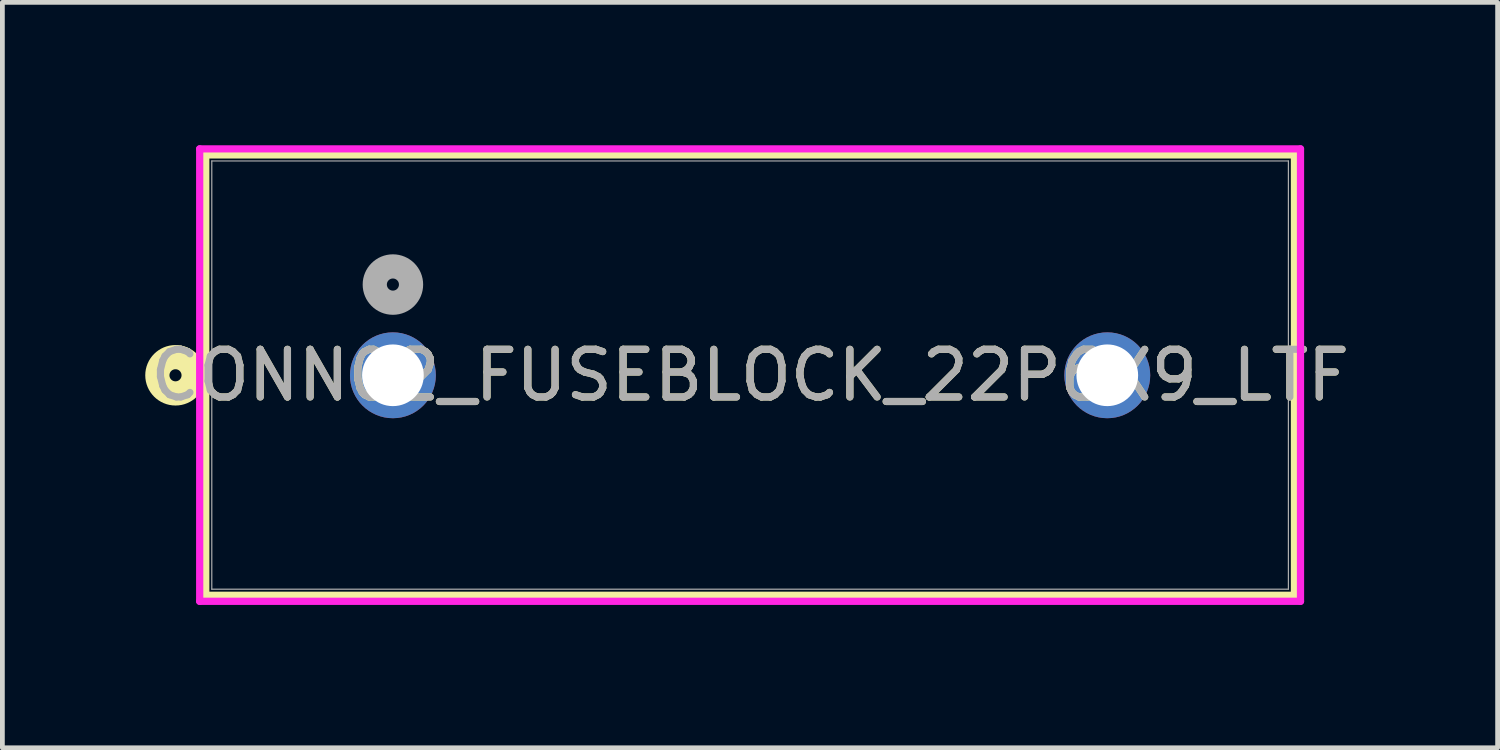
<source format=kicad_pcb>
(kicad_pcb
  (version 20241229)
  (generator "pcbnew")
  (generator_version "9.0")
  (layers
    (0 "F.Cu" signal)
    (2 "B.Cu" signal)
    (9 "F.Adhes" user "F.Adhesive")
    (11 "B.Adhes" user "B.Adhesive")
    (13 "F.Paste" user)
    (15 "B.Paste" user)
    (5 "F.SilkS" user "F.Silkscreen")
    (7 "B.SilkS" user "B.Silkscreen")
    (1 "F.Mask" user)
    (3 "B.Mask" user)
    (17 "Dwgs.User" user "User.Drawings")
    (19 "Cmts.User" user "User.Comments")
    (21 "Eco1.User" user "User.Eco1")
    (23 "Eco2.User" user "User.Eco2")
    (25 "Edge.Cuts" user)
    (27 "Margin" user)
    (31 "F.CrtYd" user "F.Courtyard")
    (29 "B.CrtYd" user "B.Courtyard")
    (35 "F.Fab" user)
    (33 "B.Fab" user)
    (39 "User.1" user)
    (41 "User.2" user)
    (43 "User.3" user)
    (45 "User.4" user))
  (footprint "CONN02_FUSEBLOCK_22P6X9_LTF"
    (layer "F.Cu")
    (at 5.2 4.83)
    (property "Reference" "CONN02_FUSEBLOCK_22P6X9_LTF" (at 7.5 0 0) (unlocked yes) (layer "F.SilkS") (effects (font (size 1 1) (thickness 0.15))))
    (attr through_hole)
    (fp_line (start -3.93 -4.627) (end -3.93 4.619) (stroke (width 0.152) (type solid)) (layer "F.SilkS"))
    (fp_line (start -3.93 4.619) (end 18.93 4.619) (stroke (width 0.152) (type solid)) (layer "F.SilkS"))
    (fp_line (start 18.93 -4.627) (end -3.93 -4.627) (stroke (width 0.152) (type solid)) (layer "F.SilkS"))
    (fp_line (start 18.93 4.619) (end 18.93 -4.627) (stroke (width 0.152) (type solid)) (layer "F.SilkS"))
    (fp_circle (center -4.565 0) (end -4.184 0) (stroke (width 0.508) (type solid)) (fill no) (layer "F.SilkS"))
    (fp_line (start -4.057 -4.754) (end -4.057 4.746) (stroke (width 0.152) (type solid)) (layer "F.CrtYd"))
    (fp_line (start -4.057 4.746) (end 19.057 4.746) (stroke (width 0.152) (type solid)) (layer "F.CrtYd"))
    (fp_line (start 19.057 -4.754) (end -4.057 -4.754) (stroke (width 0.152) (type solid)) (layer "F.CrtYd"))
    (fp_line (start 19.057 4.746) (end 19.057 -4.754) (stroke (width 0.152) (type solid)) (layer "F.CrtYd"))
    (fp_line (start -3.803 -4.5) (end -3.803 4.492) (stroke (width 0.025) (type solid)) (layer "F.Fab"))
    (fp_line (start -3.803 4.492) (end 18.803 4.492) (stroke (width 0.025) (type solid)) (layer "F.Fab"))
    (fp_line (start 18.803 -4.5) (end -3.803 -4.5) (stroke (width 0.025) (type solid)) (layer "F.Fab"))
    (fp_line (start 18.803 4.492) (end 18.803 -4.5) (stroke (width 0.025) (type solid)) (layer "F.Fab"))
    (fp_circle (center 0 -1.905) (end 0.381 -1.905) (stroke (width 0.508) (type solid)) (fill no) (layer "F.Fab"))
    (fp_text user "${REFERENCE}" (at 7.5 0 0) (unlocked yes) (layer "F.Fab") (effects (font (size 1 1) (thickness 0.15))))
    (pad "1" thru_hole circle (at 0 0) (size 1.803 1.803) (drill 1.295) (layers "*.Cu" "*.Mask"))
    (pad "2" thru_hole circle (at 15 0) (size 1.803 1.803) (drill 1.295) (layers "*.Cu" "*.Mask")))
  (gr_rect
    (start -3 -3)
    (end 28.396 12.652)
    (stroke (width 0.1) (type default))
    (fill no)
    (layer "Edge.Cuts")))
</source>
